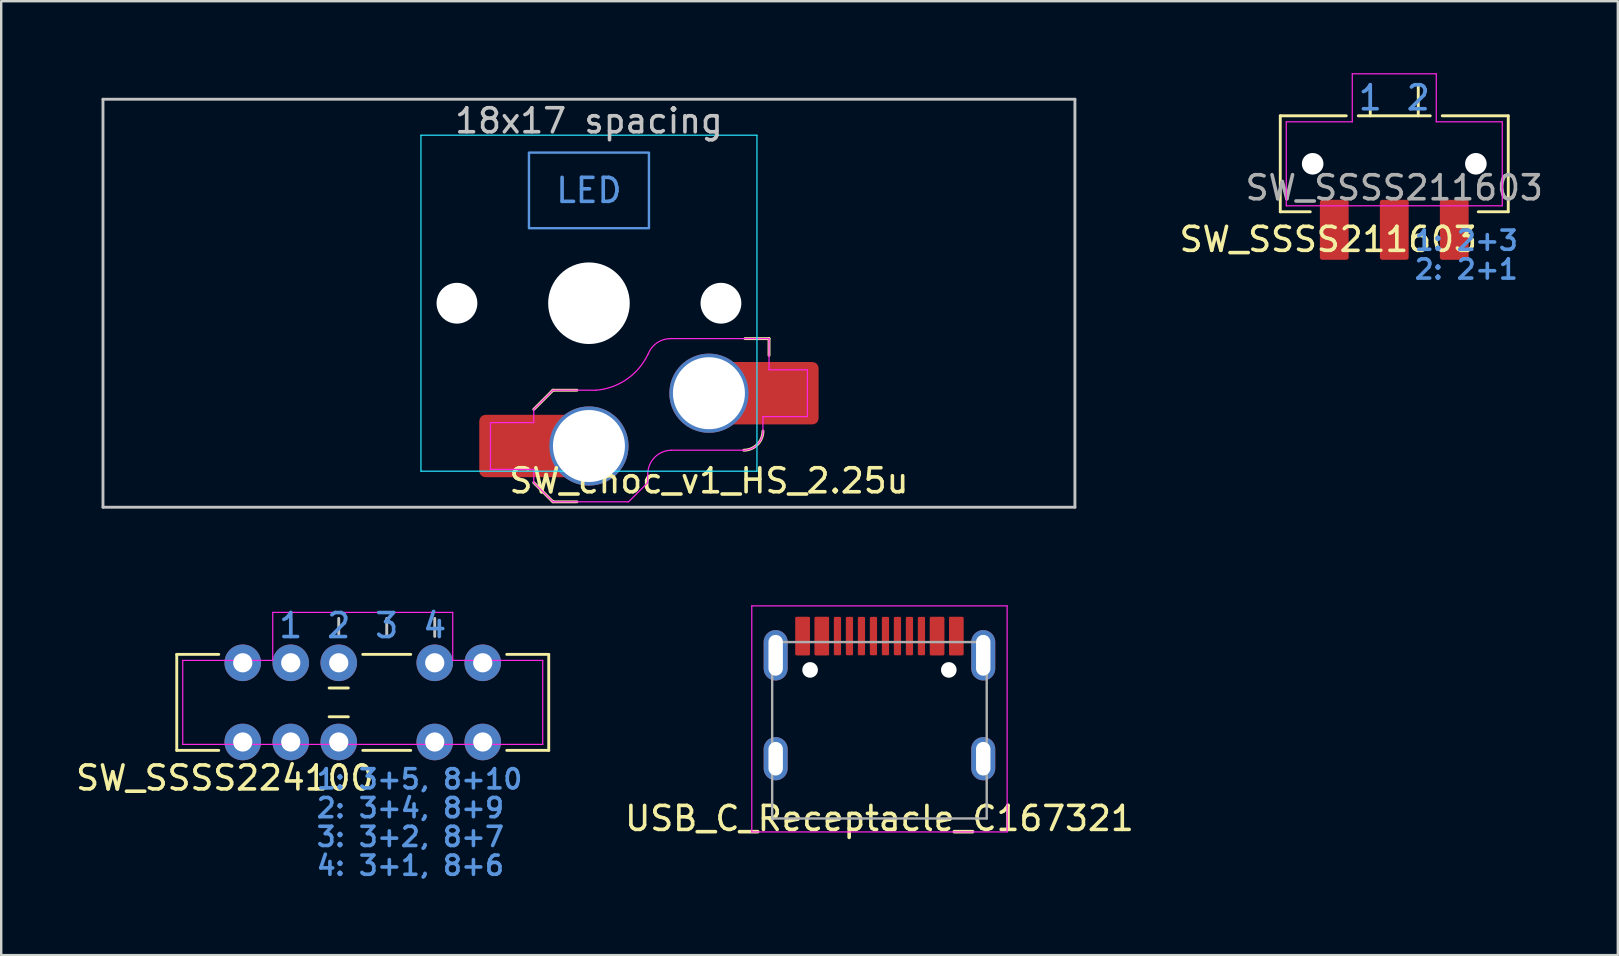
<source format=kicad_pcb>
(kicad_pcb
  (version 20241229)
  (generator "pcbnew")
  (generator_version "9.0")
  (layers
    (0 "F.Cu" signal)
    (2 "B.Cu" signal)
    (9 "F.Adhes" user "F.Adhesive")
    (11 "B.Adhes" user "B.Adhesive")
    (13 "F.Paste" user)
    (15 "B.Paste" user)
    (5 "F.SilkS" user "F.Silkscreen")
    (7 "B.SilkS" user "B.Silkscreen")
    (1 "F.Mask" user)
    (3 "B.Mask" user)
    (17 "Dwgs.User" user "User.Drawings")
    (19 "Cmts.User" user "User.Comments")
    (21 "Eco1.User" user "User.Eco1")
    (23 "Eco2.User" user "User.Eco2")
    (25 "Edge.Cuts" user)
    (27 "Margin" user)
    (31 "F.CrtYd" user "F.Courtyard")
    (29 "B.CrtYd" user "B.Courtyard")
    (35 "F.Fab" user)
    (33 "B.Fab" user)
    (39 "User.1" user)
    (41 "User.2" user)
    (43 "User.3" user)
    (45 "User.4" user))
  (footprint "SW_choc_v1_HS_2.25u"
    (layer "F.Cu")
    (at 21.491 9.585)
    (property "Reference" "SW_choc_v1_HS_2.25u" (at 5 7.4 180) (layer "F.SilkS") (effects (font (size 1 1) (thickness 0.15))))
    (attr smd)
    (fp_line (start -2.3 7.475) (end -1.5 8.275) (stroke (width 0.12) (type solid)) (layer "F.SilkS"))
    (fp_line (start -1.5 3.625) (end -2.3 4.425) (stroke (width 0.12) (type solid)) (layer "F.SilkS"))
    (fp_line (start -1.5 3.625) (end -0.5 3.625) (stroke (width 0.12) (type solid)) (layer "F.SilkS"))
    (fp_line (start -1.5 8.275) (end -0.5 8.275) (stroke (width 0.12) (type solid)) (layer "F.SilkS"))
    (fp_line (start 7.504 1.475) (end 6.504 1.475) (stroke (width 0.12) (type solid)) (layer "F.SilkS"))
    (fp_line (start 7.504 1.475) (end 7.504 2.175) (stroke (width 0.12) (type solid)) (layer "F.SilkS"))
    (fp_arc (start 7.25 5.325) (mid 7.015685 5.890685) (end 6.45 6.125) (stroke (width 0.12) (type solid)) (layer "F.SilkS"))
    (fp_line (start -20.25 -8.5) (end -20.25 8.5) (stroke (width 0.12) (type solid)) (layer "Dwgs.User"))
    (fp_line (start -20.25 8.5) (end 20.25 8.5) (stroke (width 0.12) (type solid)) (layer "Dwgs.User"))
    (fp_line (start 20.25 -8.5) (end -20.25 -8.5) (stroke (width 0.12) (type solid)) (layer "Dwgs.User"))
    (fp_line (start 20.25 8.5) (end 20.25 -8.5) (stroke (width 0.12) (type solid)) (layer "Dwgs.User"))
    (fp_rect (start -2.5 -6.275) (end 2.5 -3.125) (stroke (width 0.1) (type default)) (fill no) (layer "Cmts.User"))
    (fp_line (start -21.431 -9.525) (end 21.431 -9.525) (stroke (width 0.12) (type solid)) (layer "Eco1.User"))
    (fp_line (start -21.431 9.525) (end -21.431 -9.525) (stroke (width 0.12) (type solid)) (layer "Eco1.User"))
    (fp_line (start 21.431 -9.525) (end 21.431 9.525) (stroke (width 0.12) (type solid)) (layer "Eco1.User"))
    (fp_line (start 21.431 9.525) (end -21.431 9.525) (stroke (width 0.12) (type solid)) (layer "Eco1.User"))
    (fp_line (start -6.95 -6.45) (end -6.95 6.45) (stroke (width 0.05) (type solid)) (layer "Eco2.User"))
    (fp_line (start -6.45 6.95) (end 6.45 6.95) (stroke (width 0.05) (type solid)) (layer "Eco2.User"))
    (fp_line (start 6.45 -6.95) (end -6.45 -6.95) (stroke (width 0.05) (type solid)) (layer "Eco2.User"))
    (fp_line (start 6.95 6.45) (end 6.95 -6.45) (stroke (width 0.05) (type solid)) (layer "Eco2.User"))
    (fp_arc (start -6.95 -6.45) (mid -6.803553 -6.803553) (end -6.45 -6.95) (stroke (width 0.05) (type solid)) (layer "Eco2.User"))
    (fp_arc (start -6.45 6.95) (mid -6.803553 6.803553) (end -6.95 6.45) (stroke (width 0.05) (type solid)) (layer "Eco2.User"))
    (fp_arc (start 6.45 -6.95) (mid 6.803553 -6.803553) (end 6.95 -6.45) (stroke (width 0.05) (type solid)) (layer "Eco2.User"))
    (fp_arc (start 6.95 6.45) (mid 6.803553 6.803553) (end 6.45 6.95) (stroke (width 0.05) (type solid)) (layer "Eco2.User"))
    (fp_line (start -7 -7) (end -7 7) (stroke (width 0.05) (type solid)) (layer "B.CrtYd"))
    (fp_line (start -7 7) (end 7 7) (stroke (width 0.05) (type solid)) (layer "B.CrtYd"))
    (fp_line (start 7 -7) (end -7 -7) (stroke (width 0.05) (type solid)) (layer "B.CrtYd"))
    (fp_line (start 7 7) (end 7 -7) (stroke (width 0.05) (type solid)) (layer "B.CrtYd"))
    (fp_line (start -4.104 4.975) (end -4.104 6.925) (stroke (width 0.05) (type solid)) (layer "F.CrtYd"))
    (fp_line (start -4.104 4.975) (end -2.3 4.975) (stroke (width 0.05) (type solid)) (layer "F.CrtYd"))
    (fp_line (start -4.104 6.925) (end -2.3 6.925) (stroke (width 0.05) (type solid)) (layer "F.CrtYd"))
    (fp_line (start -2.3 4.975) (end -2.3 4.425) (stroke (width 0.05) (type solid)) (layer "F.CrtYd"))
    (fp_line (start -2.3 7.475) (end -2.3 6.925) (stroke (width 0.05) (type solid)) (layer "F.CrtYd"))
    (fp_line (start -2.3 7.475) (end -1.5 8.275) (stroke (width 0.05) (type solid)) (layer "F.CrtYd"))
    (fp_line (start -1.5 3.625) (end -2.3 4.425) (stroke (width 0.05) (type solid)) (layer "F.CrtYd"))
    (fp_line (start -1.5 3.625) (end 0.3 3.625) (stroke (width 0.05) (type solid)) (layer "F.CrtYd"))
    (fp_line (start -1.5 8.275) (end 1.65 8.275) (stroke (width 0.05) (type solid)) (layer "F.CrtYd"))
    (fp_line (start 2.45 7.475) (end 1.65 8.275) (stroke (width 0.05) (type solid)) (layer "F.CrtYd"))
    (fp_line (start 2.45 7.475) (end 2.45 7.125) (stroke (width 0.05) (type solid)) (layer "F.CrtYd"))
    (fp_line (start 3.45 6.125) (end 6.45 6.125) (stroke (width 0.05) (type solid)) (layer "F.CrtYd"))
    (fp_line (start 7.25 4.725) (end 9.104 4.725) (stroke (width 0.05) (type solid)) (layer "F.CrtYd"))
    (fp_line (start 7.25 5.325) (end 7.25 4.725) (stroke (width 0.05) (type solid)) (layer "F.CrtYd"))
    (fp_line (start 7.504 1.475) (end 3.4 1.475) (stroke (width 0.05) (type solid)) (layer "F.CrtYd"))
    (fp_line (start 7.504 1.475) (end 7.504 2.175) (stroke (width 0.05) (type solid)) (layer "F.CrtYd"))
    (fp_line (start 7.504 2.175) (end 7.504 2.775) (stroke (width 0.05) (type solid)) (layer "F.CrtYd"))
    (fp_line (start 9.104 2.775) (end 7.504 2.775) (stroke (width 0.05) (type solid)) (layer "F.CrtYd"))
    (fp_line (start 9.104 4.725) (end 9.104 2.775) (stroke (width 0.05) (type solid)) (layer "F.CrtYd"))
    (fp_arc (start 2.45 7.125) (mid 2.742893 6.417893) (end 3.45 6.125) (stroke (width 0.05) (type solid)) (layer "F.CrtYd"))
    (fp_arc (start 2.455444 2.13293) (mid 1.577272 3.167235) (end 0.299999 3.624999) (stroke (width 0.05) (type solid)) (layer "F.CrtYd"))
    (fp_arc (start 2.460307 2.13298) (mid 2.826423 1.655848) (end 3.4 1.475) (stroke (width 0.05) (type solid)) (layer "F.CrtYd"))
    (fp_arc (start 7.25 5.325) (mid 7.015685 5.890685) (end 6.45 6.125) (stroke (width 0.05) (type solid)) (layer "F.CrtYd"))
    (fp_text user "18x17 spacing" (at 0 -7.6 180) (layer "Dwgs.User") (effects (font (size 1 1) (thickness 0.15))))
    (fp_text user "LED" (at 0 -4.7 0) (unlocked yes) (layer "Cmts.User") (effects (font (size 1 1) (thickness 0.15))))
    (fp_text user "19.05 spacing" (at 0 -8.7 180) (layer "Eco1.User") (effects (font (size 1 1) (thickness 0.15))))
    (pad "" np_thru_hole circle (at -5.5 0 180) (size 1.7 1.7) (drill 1.7) (layers "*.Cu" "*.Mask"))
    (pad "" np_thru_hole circle (at 0 0 180) (size 3.4 3.4) (drill 3.4) (layers "*.Cu" "*.Mask"))
    (pad "" np_thru_hole circle (at 5.5 0 180) (size 1.7 1.7) (drill 1.7) (layers "*.Cu" "*.Mask"))
    (pad "1" thru_hole circle (at 5 3.75) (size 3.3 3.3) (drill 3) (layers "*.Cu" "F.Mask"))
    (pad "1" smd rect (at 6.55 3.75) (size 1.2 2.6) (layers "F.Cu"))
    (pad "1" smd roundrect (at 8.245 3.75) (size 2.65 2.6) (layers "F.Cu" "F.Mask" "F.Paste") (roundrect_rratio 0.1))
    (pad "2" smd roundrect (at -3.245 5.95) (size 2.65 2.6) (layers "F.Cu" "F.Mask" "F.Paste") (roundrect_rratio 0.1))
    (pad "2" smd rect (at -1.55 5.95 180) (size 1.2 2.6) (layers "F.Cu"))
    (pad "2" thru_hole circle (at 0 5.95) (size 3.3 3.3) (drill 3) (layers "*.Cu" "F.Mask")))
  (footprint "USB_C_Receptacle_C167321"
    (layer "F.Cu")
    (at 33.596 27.405)
    (property "Reference" "USB_C_Receptacle_C167321" (at 0 3.65 180) (layer "F.SilkS") (effects (font (size 1 1) (thickness 0.15))))
    (attr smd)
    (fp_line (start -5.32 -5.21) (end -5.32 4.21) (stroke (width 0.05) (type solid)) (layer "F.CrtYd"))
    (fp_line (start -5.32 -5.21) (end 5.32 -5.21) (stroke (width 0.05) (type solid)) (layer "F.CrtYd"))
    (fp_line (start -5.32 4.21) (end 5.32 4.21) (stroke (width 0.05) (type solid)) (layer "F.CrtYd"))
    (fp_line (start 5.32 -5.21) (end 5.32 4.21) (stroke (width 0.05) (type solid)) (layer "F.CrtYd"))
    (fp_line (start -4.47 -3.7) (end -4.47 3.65) (stroke (width 0.1) (type solid)) (layer "F.Fab"))
    (fp_line (start -4.47 -3.7) (end 4.47 -3.7) (stroke (width 0.1) (type solid)) (layer "F.Fab"))
    (fp_line (start -4.47 3.65) (end 4.47 3.65) (stroke (width 0.1) (type solid)) (layer "F.Fab"))
    (fp_line (start 4.47 -3.7) (end 4.47 3.65) (stroke (width 0.1) (type solid)) (layer "F.Fab"))
    (pad "" np_thru_hole circle (at -2.89 -2.54) (size 0.65 0.65) (drill 0.65) (layers "*.Cu" "*.Mask"))
    (pad "" np_thru_hole circle (at 2.89 -2.54) (size 0.65 0.65) (drill 0.65) (layers "*.Cu" "*.Mask"))
    (pad "A1" smd roundrect (at -3.2 -3.95) (size 0.6 1.6) (layers "F.Cu" "F.Mask" "F.Paste") (roundrect_rratio 0.083))
    (pad "A4" smd roundrect (at -2.4 -3.95) (size 0.6 1.6) (layers "F.Cu" "F.Mask" "F.Paste") (roundrect_rratio 0.083))
    (pad "A5" smd roundrect (at -1.25 -3.95) (size 0.3 1.6) (layers "F.Cu" "F.Mask" "F.Paste") (roundrect_rratio 0.167))
    (pad "A6" smd roundrect (at -0.25 -3.95) (size 0.3 1.6) (layers "F.Cu" "F.Mask" "F.Paste") (roundrect_rratio 0.167))
    (pad "A7" smd roundrect (at 0.25 -3.95) (size 0.3 1.6) (layers "F.Cu" "F.Mask" "F.Paste") (roundrect_rratio 0.167))
    (pad "A8" smd roundrect (at 1.25 -3.95) (size 0.3 1.6) (layers "F.Cu" "F.Mask" "F.Paste") (roundrect_rratio 0.167))
    (pad "A9" smd roundrect (at 2.4 -3.95) (size 0.6 1.6) (layers "F.Cu" "F.Mask" "F.Paste") (roundrect_rratio 0.083))
    (pad "A12" smd roundrect (at 3.2 -3.95) (size 0.6 1.6) (layers "F.Cu" "F.Mask" "F.Paste") (roundrect_rratio 0.083))
    (pad "B1" smd roundrect (at 3.2 -3.95) (size 0.6 1.6) (layers "F.Cu" "F.Mask" "F.Paste") (roundrect_rratio 0.083))
    (pad "B4" smd roundrect (at 2.4 -3.95) (size 0.6 1.6) (layers "F.Cu" "F.Mask" "F.Paste") (roundrect_rratio 0.083))
    (pad "B5" smd roundrect (at 1.75 -3.95) (size 0.3 1.6) (layers "F.Cu" "F.Mask" "F.Paste") (roundrect_rratio 0.167))
    (pad "B6" smd roundrect (at 0.75 -3.95) (size 0.3 1.6) (layers "F.Cu" "F.Mask" "F.Paste") (roundrect_rratio 0.167))
    (pad "B7" smd roundrect (at -0.75 -3.95) (size 0.3 1.6) (layers "F.Cu" "F.Mask" "F.Paste") (roundrect_rratio 0.167))
    (pad "B8" smd roundrect (at -1.75 -3.95) (size 0.3 1.6) (layers "F.Cu" "F.Mask" "F.Paste") (roundrect_rratio 0.167))
    (pad "B9" smd roundrect (at -2.4 -3.95) (size 0.6 1.6) (layers "F.Cu" "F.Mask" "F.Paste") (roundrect_rratio 0.083))
    (pad "B12" smd roundrect (at -3.2 -3.95) (size 0.6 1.6) (layers "F.Cu" "F.Mask" "F.Paste") (roundrect_rratio 0.083))
    (pad "S1" thru_hole oval (at -4.325 -3.15) (size 1 2.1) (drill oval 0.6 1.7) (layers "*.Cu" "*.Mask"))
    (pad "S1" thru_hole oval (at -4.325 1.16) (size 1 1.8) (drill oval 0.6 1.4) (layers "*.Cu" "*.Mask"))
    (pad "S1" thru_hole oval (at 4.325 -3.15) (size 1 2.1) (drill oval 0.6 1.7) (layers "*.Cu" "*.Mask"))
    (pad "S1" thru_hole oval (at 4.325 1.16) (size 1 1.8) (drill oval 0.6 1.4) (layers "*.Cu" "*.Mask")))
  (footprint "SW_SSSS211603"
    (layer "F.Cu")
    (at 55.048 3.775)
    (property "Reference" "SW_SSSS211603" (at -2.75 3.15 0) (unlocked yes) (layer "F.SilkS") (effects (font (size 1 1) (thickness 0.15))))
    (attr through_hole)
    (fp_line (start -4.75 -2) (end -4.75 2) (stroke (width 0.12) (type solid)) (layer "F.SilkS"))
    (fp_line (start -4.75 -2) (end -2 -2) (stroke (width 0.12) (type solid)) (layer "F.SilkS"))
    (fp_line (start -4.75 2) (end -3.5 2) (stroke (width 0.12) (type solid)) (layer "F.SilkS"))
    (fp_line (start -1.5 -2) (end 1.5 -2) (stroke (width 0.12) (type solid)) (layer "F.SilkS"))
    (fp_line (start -1 -2) (end -1 -3.25) (stroke (width 0.12) (type solid)) (layer "F.SilkS"))
    (fp_line (start 1 -2) (end 1 -3.25) (stroke (width 0.12) (type solid)) (layer "F.SilkS"))
    (fp_line (start 2 -2) (end 4.75 -2) (stroke (width 0.12) (type solid)) (layer "F.SilkS"))
    (fp_line (start 4.75 2) (end 3.5 2) (stroke (width 0.12) (type solid)) (layer "F.SilkS"))
    (fp_line (start 4.75 2) (end 4.75 -2) (stroke (width 0.12) (type solid)) (layer "F.SilkS"))
    (fp_line (start -4.5 -1.75) (end -1.75 -1.75) (stroke (width 0.05) (type solid)) (layer "F.CrtYd"))
    (fp_line (start -4.5 1.75) (end -4.5 -1.75) (stroke (width 0.05) (type solid)) (layer "F.CrtYd"))
    (fp_line (start -1.75 -3.75) (end -1.75 -1.75) (stroke (width 0.05) (type solid)) (layer "F.CrtYd"))
    (fp_line (start -1.75 -3.75) (end 1.75 -3.75) (stroke (width 0.05) (type solid)) (layer "F.CrtYd"))
    (fp_line (start 1.75 -3.75) (end 1.75 -1.75) (stroke (width 0.05) (type solid)) (layer "F.CrtYd"))
    (fp_line (start 1.75 -1.75) (end 4.5 -1.75) (stroke (width 0.05) (type solid)) (layer "F.CrtYd"))
    (fp_line (start 4.5 -1.75) (end 4.5 1.75) (stroke (width 0.05) (type solid)) (layer "F.CrtYd"))
    (fp_line (start 4.5 1.75) (end -4.5 1.75) (stroke (width 0.05) (type solid)) (layer "F.CrtYd"))
    (fp_text user "1: 2+3" (at 3 3.2 0) (unlocked yes) (layer "Cmts.User") (effects (font (size 0.8 0.8) (thickness 0.15))))
    (fp_text user "2: 2+1" (at 3 4.4 0) (unlocked yes) (layer "Cmts.User") (effects (font (size 0.8 0.8) (thickness 0.15))))
    (fp_text user "1" (at -1 -2.75 0) (unlocked yes) (layer "Cmts.User") (effects (font (size 1 1) (thickness 0.15))))
    (fp_text user "2" (at 1 -2.75 0) (unlocked yes) (layer "Cmts.User") (effects (font (size 1 1) (thickness 0.15))))
    (fp_text user "${REFERENCE}" (at 0 1 0) (unlocked yes) (layer "F.Fab") (effects (font (size 1 1) (thickness 0.15))))
    (pad "" np_thru_hole circle (at -3.4 0) (size 0.9 0.9) (drill 0.9) (layers "*.Cu" "*.Mask"))
    (pad "" np_thru_hole circle (at 3.4 0) (size 0.9 0.9) (drill 0.9) (layers "*.Cu" "*.Mask"))
    (pad "1" smd roundrect (at 2.5 2.75) (size 1.2 2.5) (layers "F.Cu" "F.Mask" "F.Paste") (roundrect_rratio 0.083))
    (pad "2" smd roundrect (at 0 2.75) (size 1.2 2.5) (layers "F.Cu" "F.Mask" "F.Paste") (roundrect_rratio 0.083))
    (pad "3" smd roundrect (at -2.5 2.75) (size 1.2 2.5) (layers "F.Cu" "F.Mask" "F.Paste") (roundrect_rratio 0.083)))
  (footprint "SW_SSSS224100"
    (layer "F.Cu")
    (at 12.065 26.218)
    (property "Reference" "SW_SSSS224100" (at -5.75 3.15 0) (unlocked yes) (layer "F.SilkS") (effects (font (size 1 1) (thickness 0.15))))
    (attr through_hole)
    (fp_line (start -7.75 -2) (end -7.75 2) (stroke (width 0.12) (type solid)) (layer "F.SilkS"))
    (fp_line (start -7.75 -2) (end -6 -2) (stroke (width 0.12) (type solid)) (layer "F.SilkS"))
    (fp_line (start -7.75 2) (end -6 2) (stroke (width 0.12) (type solid)) (layer "F.SilkS"))
    (fp_line (start -0.6 -0.6) (end -1.4 -0.6) (stroke (width 0.12) (type solid)) (layer "F.SilkS"))
    (fp_line (start -0.6 0.6) (end -1.4 0.6) (stroke (width 0.12) (type solid)) (layer "F.SilkS"))
    (fp_line (start 0 -2) (end 2 -2) (stroke (width 0.12) (type solid)) (layer "F.SilkS"))
    (fp_line (start 0 2) (end 2 2) (stroke (width 0.12) (type solid)) (layer "F.SilkS"))
    (fp_line (start 6 2) (end 7.75 2) (stroke (width 0.12) (type solid)) (layer "F.SilkS"))
    (fp_line (start 7.75 -2) (end 6 -2) (stroke (width 0.12) (type solid)) (layer "F.SilkS"))
    (fp_line (start 7.75 2) (end 7.75 -2) (stroke (width 0.12) (type solid)) (layer "F.SilkS"))
    (fp_line (start -3 -2.75) (end -3 -3.5) (stroke (width 0.12) (type solid)) (layer "Dwgs.User"))
    (fp_line (start -1 -2.75) (end -1 -3.5) (stroke (width 0.12) (type solid)) (layer "Dwgs.User"))
    (fp_line (start 1 -2.75) (end 1 -3.5) (stroke (width 0.12) (type solid)) (layer "Dwgs.User"))
    (fp_line (start 3 -2.75) (end 3 -3.5) (stroke (width 0.12) (type solid)) (layer "Dwgs.User"))
    (fp_line (start -7.5 -1.75) (end -3.75 -1.75) (stroke (width 0.05) (type solid)) (layer "F.CrtYd"))
    (fp_line (start -7.5 1.75) (end -7.5 -1.75) (stroke (width 0.05) (type solid)) (layer "F.CrtYd"))
    (fp_line (start -3.75 -3.75) (end -3.75 -1.75) (stroke (width 0.05) (type solid)) (layer "F.CrtYd"))
    (fp_line (start -3.75 -3.75) (end 3.75 -3.75) (stroke (width 0.05) (type solid)) (layer "F.CrtYd"))
    (fp_line (start 3.75 -3.75) (end 3.75 -1.75) (stroke (width 0.05) (type solid)) (layer "F.CrtYd"))
    (fp_line (start 3.75 -1.75) (end 7.5 -1.75) (stroke (width 0.05) (type solid)) (layer "F.CrtYd"))
    (fp_line (start 7.5 -1.75) (end 7.5 1.75) (stroke (width 0.05) (type solid)) (layer "F.CrtYd"))
    (fp_line (start 7.5 1.75) (end -7.5 1.75) (stroke (width 0.05) (type solid)) (layer "F.CrtYd"))
    (fp_text user "4: 3+1, 8+6" (at -2 6.8 0) (unlocked yes) (layer "Cmts.User") (effects (font (size 0.8 0.8) (thickness 0.15)) (justify left)))
    (fp_text user "3: 3+2, 8+7" (at -2 5.6 0) (unlocked yes) (layer "Cmts.User") (effects (font (size 0.8 0.8) (thickness 0.15)) (justify left)))
    (fp_text user "3" (at 1 -3.2 0) (unlocked yes) (layer "Cmts.User") (effects (font (size 1 1) (thickness 0.15))))
    (fp_text user "2: 3+4, 8+9" (at -2 4.4 0) (unlocked yes) (layer "Cmts.User") (effects (font (size 0.8 0.8) (thickness 0.15)) (justify left)))
    (fp_text user "4" (at 3 -3.2 0) (unlocked yes) (layer "Cmts.User") (effects (font (size 1 1) (thickness 0.15))))
    (fp_text user "1" (at -3 -3.2 0) (unlocked yes) (layer "Cmts.User") (effects (font (size 1 1) (thickness 0.15))))
    (fp_text user "2" (at -1 -3.2 0) (unlocked yes) (layer "Cmts.User") (effects (font (size 1 1) (thickness 0.15))))
    (fp_text user "1: 3+5, 8+10" (at -2 3.2 0) (unlocked yes) (layer "Cmts.User") (effects (font (size 0.8 0.8) (thickness 0.15)) (justify left)))
    (pad "1" thru_hole circle (at 5 -1.65) (size 1.524 1.524) (drill 0.8) (layers "*.Cu" "B.Mask"))
    (pad "2" thru_hole circle (at 3 -1.65) (size 1.524 1.524) (drill 0.8) (layers "*.Cu" "B.Mask"))
    (pad "3" thru_hole circle (at -1 -1.65) (size 1.524 1.524) (drill 0.8) (layers "*.Cu" "B.Mask"))
    (pad "4" thru_hole circle (at -3 -1.65) (size 1.524 1.524) (drill 0.8) (layers "*.Cu" "B.Mask"))
    (pad "5" thru_hole circle (at -5 -1.65) (size 1.524 1.524) (drill 0.8) (layers "*.Cu" "B.Mask"))
    (pad "6" thru_hole circle (at 5 1.65) (size 1.524 1.524) (drill 0.8) (layers "*.Cu" "B.Mask"))
    (pad "7" thru_hole circle (at 3 1.65) (size 1.524 1.524) (drill 0.8) (layers "*.Cu" "B.Mask"))
    (pad "8" thru_hole circle (at -1 1.65) (size 1.524 1.524) (drill 0.8) (layers "*.Cu" "B.Mask"))
    (pad "9" thru_hole circle (at -3 1.65) (size 1.524 1.524) (drill 0.8) (layers "*.Cu" "B.Mask"))
    (pad "10" thru_hole circle (at -5 1.65) (size 1.524 1.524) (drill 0.8) (layers "*.Cu" "B.Mask")))
  (gr_rect
    (start -3 -3)
    (end 64.363 36.749)
    (stroke (width 0.1) (type default))
    (fill no)
    (layer "Edge.Cuts")))
</source>
